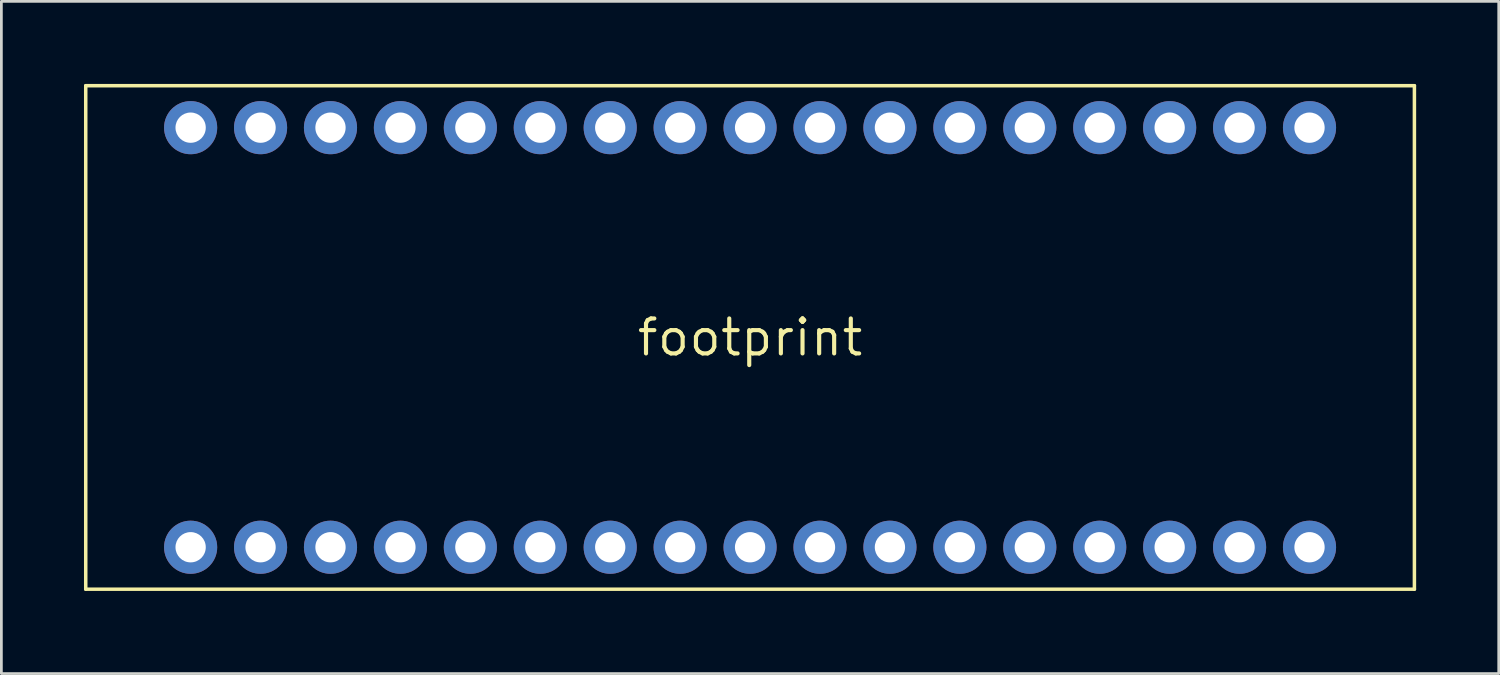
<source format=kicad_pcb>
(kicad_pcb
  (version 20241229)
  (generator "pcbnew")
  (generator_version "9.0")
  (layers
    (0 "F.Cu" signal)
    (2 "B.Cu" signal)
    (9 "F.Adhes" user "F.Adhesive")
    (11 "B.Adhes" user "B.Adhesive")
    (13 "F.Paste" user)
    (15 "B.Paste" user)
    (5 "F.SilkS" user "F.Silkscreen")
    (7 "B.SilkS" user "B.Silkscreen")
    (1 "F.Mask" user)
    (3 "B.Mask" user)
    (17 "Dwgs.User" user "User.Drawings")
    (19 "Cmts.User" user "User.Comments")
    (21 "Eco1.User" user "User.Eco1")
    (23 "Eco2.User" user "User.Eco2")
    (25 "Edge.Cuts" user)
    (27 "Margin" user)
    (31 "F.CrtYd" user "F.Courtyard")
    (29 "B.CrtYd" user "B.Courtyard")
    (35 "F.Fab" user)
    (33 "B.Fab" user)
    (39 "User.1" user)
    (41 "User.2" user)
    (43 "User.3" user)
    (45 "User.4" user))
  (footprint "footprint"
    (layer "F.Cu")
    (at 24.194 9.207)
    (property "Reference" "footprint" (at 0 0 0) (layer "F.SilkS") (effects (font (size 1.27 1.27) (thickness 0.15))))
    (fp_line (start -24.13 -9.144) (end -24.13 9.144) (stroke (width 0.127) (type solid)) (layer "F.SilkS"))
    (fp_line (start -24.13 9.144) (end 24.13 9.144) (stroke (width 0.127) (type solid)) (layer "F.SilkS"))
    (fp_line (start 24.13 -9.144) (end -24.13 -9.144) (stroke (width 0.127) (type solid)) (layer "F.SilkS"))
    (fp_line (start 24.13 9.144) (end 24.13 -9.144) (stroke (width 0.127) (type solid)) (layer "F.SilkS"))
    (pad "P$1" thru_hole circle (at -20.32 -7.62) (size 1.93 1.93) (drill 1.1) (layers "*.Cu" "*.Mask"))
    (pad "P$2" thru_hole circle (at -17.78 -7.62) (size 1.93 1.93) (drill 1.1) (layers "*.Cu" "*.Mask"))
    (pad "P$3" thru_hole circle (at -15.24 -7.62) (size 1.93 1.93) (drill 1.1) (layers "*.Cu" "*.Mask"))
    (pad "P$4" thru_hole circle (at -12.7 -7.62) (size 1.93 1.93) (drill 1.1) (layers "*.Cu" "*.Mask"))
    (pad "P$5" thru_hole circle (at -10.16 -7.62) (size 1.93 1.93) (drill 1.1) (layers "*.Cu" "*.Mask"))
    (pad "P$6" thru_hole circle (at -7.62 -7.62) (size 1.93 1.93) (drill 1.1) (layers "*.Cu" "*.Mask"))
    (pad "P$7" thru_hole circle (at -5.08 -7.62) (size 1.93 1.93) (drill 1.1) (layers "*.Cu" "*.Mask"))
    (pad "P$8" thru_hole circle (at -2.54 -7.62) (size 1.93 1.93) (drill 1.1) (layers "*.Cu" "*.Mask"))
    (pad "P$9" thru_hole circle (at 0 -7.62) (size 1.93 1.93) (drill 1.1) (layers "*.Cu" "*.Mask"))
    (pad "P$10" thru_hole circle (at 2.54 -7.62) (size 1.93 1.93) (drill 1.1) (layers "*.Cu" "*.Mask"))
    (pad "P$11" thru_hole circle (at 5.08 -7.62) (size 1.93 1.93) (drill 1.1) (layers "*.Cu" "*.Mask"))
    (pad "P$12" thru_hole circle (at 12.7 7.62) (size 1.93 1.93) (drill 1.1) (layers "*.Cu" "*.Mask"))
    (pad "P$13" thru_hole circle (at 10.16 7.62) (size 1.93 1.93) (drill 1.1) (layers "*.Cu" "*.Mask"))
    (pad "P$14" thru_hole circle (at 12.7 -7.62) (size 1.93 1.93) (drill 1.1) (layers "*.Cu" "*.Mask"))
    (pad "P$15" thru_hole circle (at 15.24 -7.62) (size 1.93 1.93) (drill 1.1) (layers "*.Cu" "*.Mask"))
    (pad "P$16" thru_hole circle (at 17.78 -7.62) (size 1.93 1.93) (drill 1.1) (layers "*.Cu" "*.Mask"))
    (pad "P$17" thru_hole circle (at 20.32 -7.62) (size 1.93 1.93) (drill 1.1) (layers "*.Cu" "*.Mask"))
    (pad "P$18" thru_hole circle (at 20.32 7.62) (size 1.93 1.93) (drill 1.1) (layers "*.Cu" "*.Mask"))
    (pad "P$19" thru_hole circle (at 17.78 7.62) (size 1.93 1.93) (drill 1.1) (layers "*.Cu" "*.Mask"))
    (pad "P$20" thru_hole circle (at 15.24 7.62) (size 1.93 1.93) (drill 1.1) (layers "*.Cu" "*.Mask"))
    (pad "P$21" thru_hole circle (at 7.62 -7.62) (size 1.93 1.93) (drill 1.1) (layers "*.Cu" "*.Mask"))
    (pad "P$22" thru_hole circle (at 10.16 -7.62) (size 1.93 1.93) (drill 1.1) (layers "*.Cu" "*.Mask"))
    (pad "P$23" thru_hole circle (at 7.62 7.62) (size 1.93 1.93) (drill 1.1) (layers "*.Cu" "*.Mask"))
    (pad "P$24" thru_hole circle (at 5.08 7.62) (size 1.93 1.93) (drill 1.1) (layers "*.Cu" "*.Mask"))
    (pad "P$25" thru_hole circle (at 2.54 7.62) (size 1.93 1.93) (drill 1.1) (layers "*.Cu" "*.Mask"))
    (pad "P$26" thru_hole circle (at 0 7.62) (size 1.93 1.93) (drill 1.1) (layers "*.Cu" "*.Mask"))
    (pad "P$27" thru_hole circle (at -2.54 7.62) (size 1.93 1.93) (drill 1.1) (layers "*.Cu" "*.Mask"))
    (pad "P$28" thru_hole circle (at -5.08 7.62) (size 1.93 1.93) (drill 1.1) (layers "*.Cu" "*.Mask"))
    (pad "P$29" thru_hole circle (at -7.62 7.62) (size 1.93 1.93) (drill 1.1) (layers "*.Cu" "*.Mask"))
    (pad "P$30" thru_hole circle (at -10.16 7.62) (size 1.93 1.93) (drill 1.1) (layers "*.Cu" "*.Mask"))
    (pad "P$31" thru_hole circle (at -12.7 7.62) (size 1.93 1.93) (drill 1.1) (layers "*.Cu" "*.Mask"))
    (pad "P$32" thru_hole circle (at -15.24 7.62) (size 1.93 1.93) (drill 1.1) (layers "*.Cu" "*.Mask"))
    (pad "P$33" thru_hole circle (at -17.78 7.62) (size 1.93 1.93) (drill 1.1) (layers "*.Cu" "*.Mask"))
    (pad "P$34" thru_hole circle (at -20.32 7.62) (size 1.93 1.93) (drill 1.1) (layers "*.Cu" "*.Mask")))
  (gr_rect
    (start -3 -3)
    (end 51.387 21.415)
    (stroke (width 0.1) (type default))
    (fill no)
    (layer "Edge.Cuts")))
</source>
